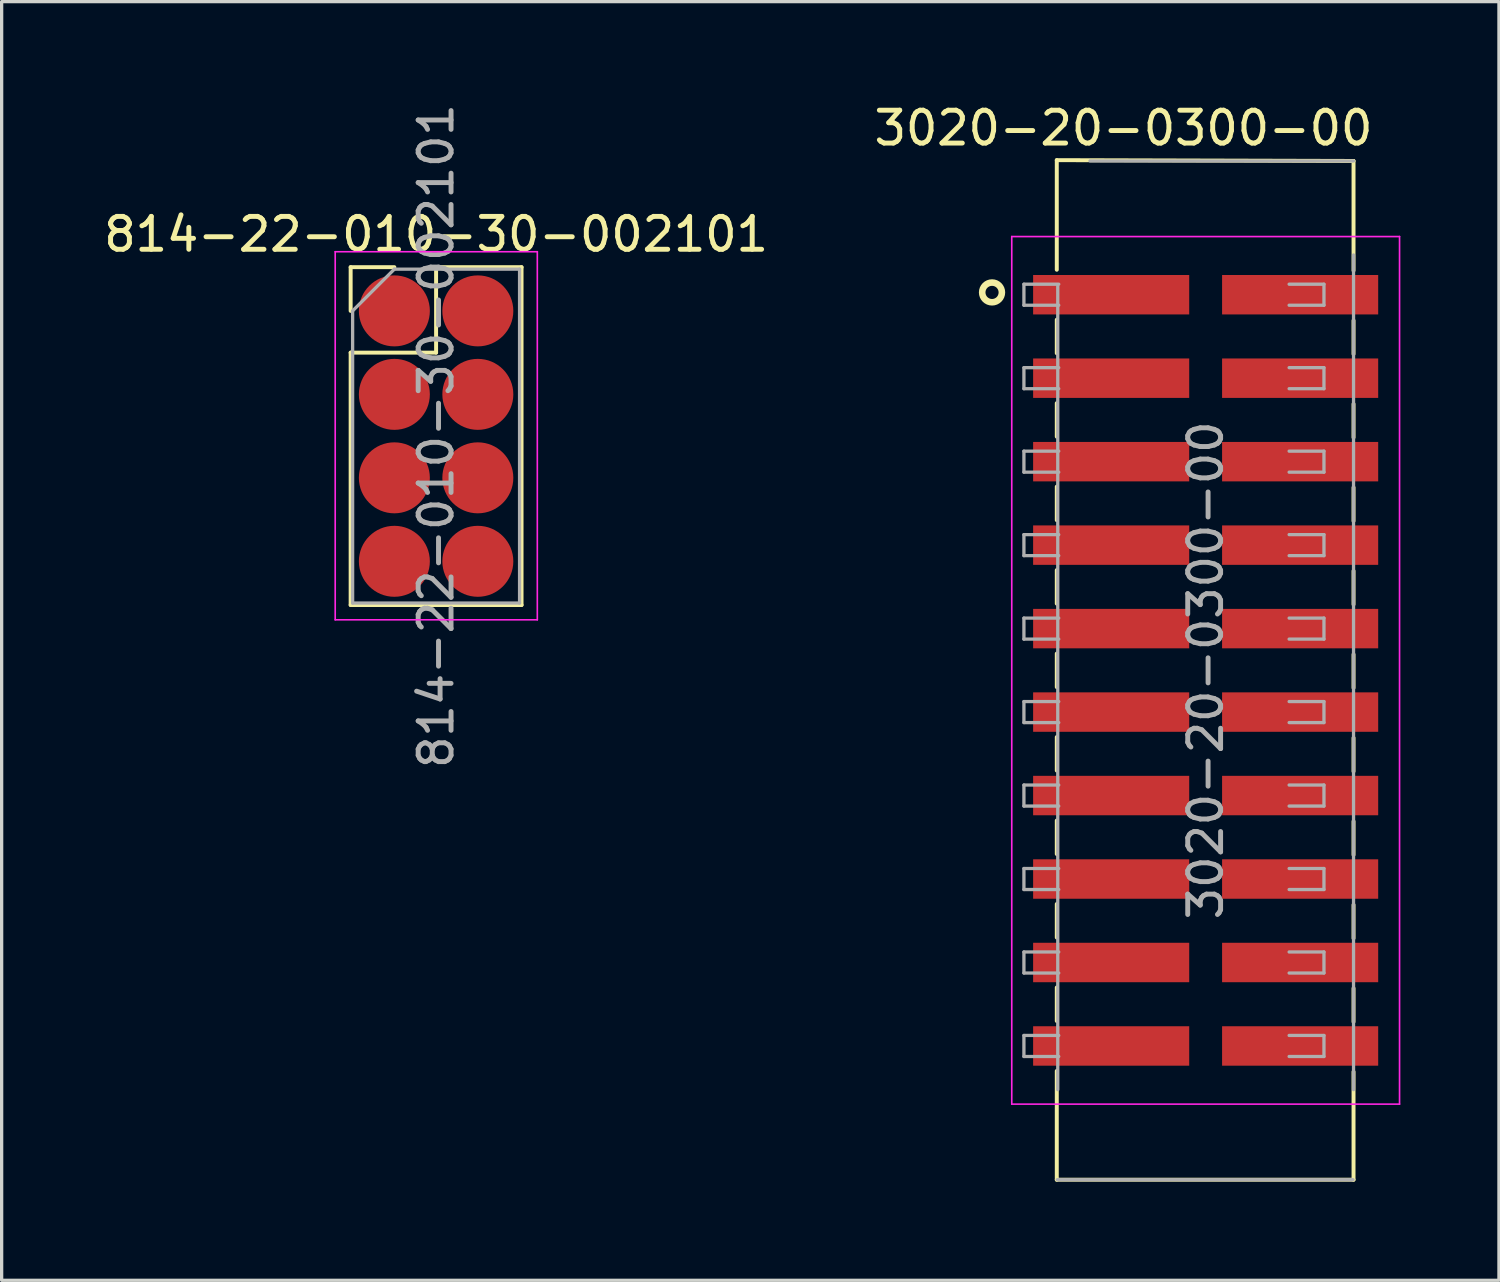
<source format=kicad_pcb>
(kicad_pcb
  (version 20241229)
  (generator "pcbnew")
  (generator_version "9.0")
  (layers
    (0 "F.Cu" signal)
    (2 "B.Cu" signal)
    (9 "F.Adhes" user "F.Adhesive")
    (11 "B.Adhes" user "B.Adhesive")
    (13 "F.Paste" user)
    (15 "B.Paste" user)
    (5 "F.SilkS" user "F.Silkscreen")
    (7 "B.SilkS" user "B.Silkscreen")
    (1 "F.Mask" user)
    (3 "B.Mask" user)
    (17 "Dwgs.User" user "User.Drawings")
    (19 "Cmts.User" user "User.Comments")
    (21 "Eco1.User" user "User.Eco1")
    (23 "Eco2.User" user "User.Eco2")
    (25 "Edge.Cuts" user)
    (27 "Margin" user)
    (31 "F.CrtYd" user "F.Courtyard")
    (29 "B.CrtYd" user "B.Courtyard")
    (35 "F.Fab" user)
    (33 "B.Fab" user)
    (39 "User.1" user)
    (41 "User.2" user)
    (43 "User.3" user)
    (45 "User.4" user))
  (footprint "814-22-010-30-002101"
    (layer "F.Cu")
    (at 8.95 6.41)
    (property "Reference" "814-22-010-30-002101" (at 1.27 -2.33 0) (layer "F.SilkS") (effects (font (size 1 1) (thickness 0.15))))
    (attr smd)
    (fp_line (start -1.33 -1.33) (end 0 -1.33) (stroke (width 0.12) (type solid)) (layer "F.SilkS"))
    (fp_line (start -1.33 0) (end -1.33 -1.33) (stroke (width 0.12) (type solid)) (layer "F.SilkS"))
    (fp_line (start -1.33 1.27) (end -1.33 8.95) (stroke (width 0.12) (type solid)) (layer "F.SilkS"))
    (fp_line (start -1.33 1.27) (end 1.27 1.27) (stroke (width 0.12) (type solid)) (layer "F.SilkS"))
    (fp_line (start -1.33 8.95) (end 3.87 8.95) (stroke (width 0.12) (type solid)) (layer "F.SilkS"))
    (fp_line (start 1.27 -1.33) (end 3.87 -1.33) (stroke (width 0.12) (type solid)) (layer "F.SilkS"))
    (fp_line (start 1.27 1.27) (end 1.27 -1.33) (stroke (width 0.12) (type solid)) (layer "F.SilkS"))
    (fp_line (start 3.87 -1.33) (end 3.87 8.95) (stroke (width 0.12) (type solid)) (layer "F.SilkS"))
    (fp_line (start -1.8 -1.8) (end -1.8 9.4) (stroke (width 0.05) (type solid)) (layer "F.CrtYd"))
    (fp_line (start -1.8 9.4) (end 4.35 9.4) (stroke (width 0.05) (type solid)) (layer "F.CrtYd"))
    (fp_line (start 4.35 -1.8) (end -1.8 -1.8) (stroke (width 0.05) (type solid)) (layer "F.CrtYd"))
    (fp_line (start 4.35 9.4) (end 4.35 -1.8) (stroke (width 0.05) (type solid)) (layer "F.CrtYd"))
    (fp_line (start -1.27 0) (end 0 -1.27) (stroke (width 0.1) (type solid)) (layer "F.Fab"))
    (fp_line (start -1.27 8.89) (end -1.27 0) (stroke (width 0.1) (type solid)) (layer "F.Fab"))
    (fp_line (start 0 -1.27) (end 3.81 -1.27) (stroke (width 0.1) (type solid)) (layer "F.Fab"))
    (fp_line (start 3.81 -1.27) (end 3.81 8.89) (stroke (width 0.1) (type solid)) (layer "F.Fab"))
    (fp_line (start 3.81 8.89) (end -1.27 8.89) (stroke (width 0.1) (type solid)) (layer "F.Fab"))
    (fp_text user "${REFERENCE}" (at 1.27 3.81 90) (layer "F.Fab") (effects (font (size 1 1) (thickness 0.15))))
    (pad "1" smd circle (at 0 0) (size 2.16 2.16) (layers "F.Cu" "F.Mask" "F.Paste"))
    (pad "2" smd circle (at 2.54 0) (size 2.16 2.16) (layers "F.Cu" "F.Mask" "F.Paste"))
    (pad "3" smd circle (at 0 2.54) (size 2.16 2.16) (layers "F.Cu" "F.Mask" "F.Paste"))
    (pad "4" smd circle (at 2.54 2.54) (size 2.16 2.16) (layers "F.Cu" "F.Mask" "F.Paste"))
    (pad "5" smd circle (at 0 5.08) (size 2.16 2.16) (layers "F.Cu" "F.Mask" "F.Paste"))
    (pad "6" smd circle (at 2.54 5.08) (size 2.16 2.16) (layers "F.Cu" "F.Mask" "F.Paste"))
    (pad "7" smd circle (at 0 7.62) (size 2.16 2.16) (layers "F.Cu" "F.Mask" "F.Paste"))
    (pad "8" smd circle (at 2.54 7.62) (size 2.16 2.16) (layers "F.Cu" "F.Mask" "F.Paste")))
  (footprint "3020-20-0300-00"
    (layer "F.Cu")
    (at 33.637 17.348)
    (property "Reference" "3020-20-0300-00" (at -2.5 -16.5 0) (layer "F.SilkS") (effects (font (size 1 1) (thickness 0.15))))
    (attr smd)
    (fp_line (start -4.53 -15.525) (end -4.53 -12.19) (stroke (width 0.12) (type solid)) (layer "F.SilkS"))
    (fp_line (start -4.53 -15.525) (end 4.5 -15.5) (stroke (width 0.12) (type solid)) (layer "F.SilkS"))
    (fp_line (start -4.53 -10.67) (end -4.53 -9.65) (stroke (width 0.12) (type solid)) (layer "F.SilkS"))
    (fp_line (start -4.53 -8.13) (end -4.53 -7.11) (stroke (width 0.12) (type solid)) (layer "F.SilkS"))
    (fp_line (start -4.53 -5.59) (end -4.53 -4.57) (stroke (width 0.12) (type solid)) (layer "F.SilkS"))
    (fp_line (start -4.53 -3.05) (end -4.53 -2.03) (stroke (width 0.12) (type solid)) (layer "F.SilkS"))
    (fp_line (start -4.53 -0.51) (end -4.53 0.51) (stroke (width 0.12) (type solid)) (layer "F.SilkS"))
    (fp_line (start -4.53 2.03) (end -4.53 3.05) (stroke (width 0.12) (type solid)) (layer "F.SilkS"))
    (fp_line (start -4.53 4.57) (end -4.53 5.59) (stroke (width 0.12) (type solid)) (layer "F.SilkS"))
    (fp_line (start -4.53 7.11) (end -4.53 8.13) (stroke (width 0.12) (type solid)) (layer "F.SilkS"))
    (fp_line (start -4.53 9.65) (end -4.53 10.67) (stroke (width 0.12) (type solid)) (layer "F.SilkS"))
    (fp_line (start -4.53 12.19) (end -4.53 15.5) (stroke (width 0.12) (type solid)) (layer "F.SilkS"))
    (fp_line (start -4.53 15.5) (end 4.5 15.5) (stroke (width 0.12) (type solid)) (layer "F.SilkS"))
    (fp_line (start 4.5 -15.5) (end 4.5 -12.165) (stroke (width 0.12) (type solid)) (layer "F.SilkS"))
    (fp_line (start 4.5 -10.645) (end 4.5 -9.625) (stroke (width 0.12) (type solid)) (layer "F.SilkS"))
    (fp_line (start 4.5 -8.105) (end 4.5 -7.085) (stroke (width 0.12) (type solid)) (layer "F.SilkS"))
    (fp_line (start 4.5 -5.565) (end 4.5 -4.545) (stroke (width 0.12) (type solid)) (layer "F.SilkS"))
    (fp_line (start 4.5 -3.025) (end 4.5 -2.005) (stroke (width 0.12) (type solid)) (layer "F.SilkS"))
    (fp_line (start 4.5 -0.485) (end 4.5 0.535) (stroke (width 0.12) (type solid)) (layer "F.SilkS"))
    (fp_line (start 4.5 2.055) (end 4.5 3.075) (stroke (width 0.12) (type solid)) (layer "F.SilkS"))
    (fp_line (start 4.5 4.595) (end 4.5 5.615) (stroke (width 0.12) (type solid)) (layer "F.SilkS"))
    (fp_line (start 4.5 7.135) (end 4.5 8.155) (stroke (width 0.12) (type solid)) (layer "F.SilkS"))
    (fp_line (start 4.5 9.675) (end 4.5 10.695) (stroke (width 0.12) (type solid)) (layer "F.SilkS"))
    (fp_line (start 4.5 12.215) (end 4.5 15.5) (stroke (width 0.12) (type solid)) (layer "F.SilkS"))
    (fp_circle (center -6.5 -11.5) (end -6.2 -11.5) (stroke (width 0.2) (type solid)) (fill no) (layer "F.SilkS"))
    (fp_line (start -5.9 -13.2) (end -5.9 13.2) (stroke (width 0.05) (type solid)) (layer "F.CrtYd"))
    (fp_line (start -5.9 13.2) (end 5.9 13.2) (stroke (width 0.05) (type solid)) (layer "F.CrtYd"))
    (fp_line (start 5.9 -13.2) (end -5.9 -13.2) (stroke (width 0.05) (type solid)) (layer "F.CrtYd"))
    (fp_line (start 5.9 13.2) (end 5.9 -13.2) (stroke (width 0.05) (type solid)) (layer "F.CrtYd"))
    (fp_line (start -5.53 -11.75) (end -5.53 -11.11) (stroke (width 0.1) (type solid)) (layer "F.Fab"))
    (fp_line (start -5.53 -11.11) (end -4.47 -11.11) (stroke (width 0.1) (type solid)) (layer "F.Fab"))
    (fp_line (start -5.53 -9.21) (end -5.53 -8.57) (stroke (width 0.1) (type solid)) (layer "F.Fab"))
    (fp_line (start -5.53 -8.57) (end -4.47 -8.57) (stroke (width 0.1) (type solid)) (layer "F.Fab"))
    (fp_line (start -5.53 -6.67) (end -5.53 -6.03) (stroke (width 0.1) (type solid)) (layer "F.Fab"))
    (fp_line (start -5.53 -6.03) (end -4.47 -6.03) (stroke (width 0.1) (type solid)) (layer "F.Fab"))
    (fp_line (start -5.53 -4.13) (end -5.53 -3.49) (stroke (width 0.1) (type solid)) (layer "F.Fab"))
    (fp_line (start -5.53 -3.49) (end -4.47 -3.49) (stroke (width 0.1) (type solid)) (layer "F.Fab"))
    (fp_line (start -5.53 -1.59) (end -5.53 -0.95) (stroke (width 0.1) (type solid)) (layer "F.Fab"))
    (fp_line (start -5.53 -0.95) (end -4.47 -0.95) (stroke (width 0.1) (type solid)) (layer "F.Fab"))
    (fp_line (start -5.53 0.95) (end -5.53 1.59) (stroke (width 0.1) (type solid)) (layer "F.Fab"))
    (fp_line (start -5.53 1.59) (end -4.47 1.59) (stroke (width 0.1) (type solid)) (layer "F.Fab"))
    (fp_line (start -5.53 3.49) (end -5.53 4.13) (stroke (width 0.1) (type solid)) (layer "F.Fab"))
    (fp_line (start -5.53 4.13) (end -4.47 4.13) (stroke (width 0.1) (type solid)) (layer "F.Fab"))
    (fp_line (start -5.53 6.03) (end -5.53 6.67) (stroke (width 0.1) (type solid)) (layer "F.Fab"))
    (fp_line (start -5.53 6.67) (end -4.47 6.67) (stroke (width 0.1) (type solid)) (layer "F.Fab"))
    (fp_line (start -5.53 8.57) (end -5.53 9.21) (stroke (width 0.1) (type solid)) (layer "F.Fab"))
    (fp_line (start -5.53 9.21) (end -4.47 9.21) (stroke (width 0.1) (type solid)) (layer "F.Fab"))
    (fp_line (start -5.53 11.11) (end -5.53 11.75) (stroke (width 0.1) (type solid)) (layer "F.Fab"))
    (fp_line (start -5.53 11.75) (end -4.47 11.75) (stroke (width 0.1) (type solid)) (layer "F.Fab"))
    (fp_line (start -4.5 12.76) (end -4.5 -11.69) (stroke (width 0.1) (type solid)) (layer "F.Fab"))
    (fp_line (start -4.47 -11.75) (end -5.53 -11.75) (stroke (width 0.1) (type solid)) (layer "F.Fab"))
    (fp_line (start -4.47 -9.21) (end -5.53 -9.21) (stroke (width 0.1) (type solid)) (layer "F.Fab"))
    (fp_line (start -4.47 -6.67) (end -5.53 -6.67) (stroke (width 0.1) (type solid)) (layer "F.Fab"))
    (fp_line (start -4.47 -4.13) (end -5.53 -4.13) (stroke (width 0.1) (type solid)) (layer "F.Fab"))
    (fp_line (start -4.47 -1.59) (end -5.53 -1.59) (stroke (width 0.1) (type solid)) (layer "F.Fab"))
    (fp_line (start -4.47 0.95) (end -5.53 0.95) (stroke (width 0.1) (type solid)) (layer "F.Fab"))
    (fp_line (start -4.47 3.49) (end -5.53 3.49) (stroke (width 0.1) (type solid)) (layer "F.Fab"))
    (fp_line (start -4.47 6.03) (end -5.53 6.03) (stroke (width 0.1) (type solid)) (layer "F.Fab"))
    (fp_line (start -4.47 8.57) (end -5.53 8.57) (stroke (width 0.1) (type solid)) (layer "F.Fab"))
    (fp_line (start -4.47 11.11) (end -5.53 11.11) (stroke (width 0.1) (type solid)) (layer "F.Fab"))
    (fp_line (start -3.52 -15.5) (end 4.5 -15.5) (stroke (width 0.1) (type solid)) (layer "F.Fab"))
    (fp_line (start 2.54 -11.75) (end 3.6 -11.75) (stroke (width 0.1) (type solid)) (layer "F.Fab"))
    (fp_line (start 2.54 -9.21) (end 3.6 -9.21) (stroke (width 0.1) (type solid)) (layer "F.Fab"))
    (fp_line (start 2.54 -6.67) (end 3.6 -6.67) (stroke (width 0.1) (type solid)) (layer "F.Fab"))
    (fp_line (start 2.54 -4.13) (end 3.6 -4.13) (stroke (width 0.1) (type solid)) (layer "F.Fab"))
    (fp_line (start 2.54 -1.59) (end 3.6 -1.59) (stroke (width 0.1) (type solid)) (layer "F.Fab"))
    (fp_line (start 2.54 0.95) (end 3.6 0.95) (stroke (width 0.1) (type solid)) (layer "F.Fab"))
    (fp_line (start 2.54 3.49) (end 3.6 3.49) (stroke (width 0.1) (type solid)) (layer "F.Fab"))
    (fp_line (start 2.54 6.03) (end 3.6 6.03) (stroke (width 0.1) (type solid)) (layer "F.Fab"))
    (fp_line (start 2.54 8.57) (end 3.6 8.57) (stroke (width 0.1) (type solid)) (layer "F.Fab"))
    (fp_line (start 2.54 11.11) (end 3.6 11.11) (stroke (width 0.1) (type solid)) (layer "F.Fab"))
    (fp_line (start 3.6 -11.75) (end 3.6 -11.11) (stroke (width 0.1) (type solid)) (layer "F.Fab"))
    (fp_line (start 3.6 -11.11) (end 2.54 -11.11) (stroke (width 0.1) (type solid)) (layer "F.Fab"))
    (fp_line (start 3.6 -9.21) (end 3.6 -8.57) (stroke (width 0.1) (type solid)) (layer "F.Fab"))
    (fp_line (start 3.6 -8.57) (end 2.54 -8.57) (stroke (width 0.1) (type solid)) (layer "F.Fab"))
    (fp_line (start 3.6 -6.67) (end 3.6 -6.03) (stroke (width 0.1) (type solid)) (layer "F.Fab"))
    (fp_line (start 3.6 -6.03) (end 2.54 -6.03) (stroke (width 0.1) (type solid)) (layer "F.Fab"))
    (fp_line (start 3.6 -4.13) (end 3.6 -3.49) (stroke (width 0.1) (type solid)) (layer "F.Fab"))
    (fp_line (start 3.6 -3.49) (end 2.54 -3.49) (stroke (width 0.1) (type solid)) (layer "F.Fab"))
    (fp_line (start 3.6 -1.59) (end 3.6 -0.95) (stroke (width 0.1) (type solid)) (layer "F.Fab"))
    (fp_line (start 3.6 -0.95) (end 2.54 -0.95) (stroke (width 0.1) (type solid)) (layer "F.Fab"))
    (fp_line (start 3.6 0.95) (end 3.6 1.59) (stroke (width 0.1) (type solid)) (layer "F.Fab"))
    (fp_line (start 3.6 1.59) (end 2.54 1.59) (stroke (width 0.1) (type solid)) (layer "F.Fab"))
    (fp_line (start 3.6 3.49) (end 3.6 4.13) (stroke (width 0.1) (type solid)) (layer "F.Fab"))
    (fp_line (start 3.6 4.13) (end 2.54 4.13) (stroke (width 0.1) (type solid)) (layer "F.Fab"))
    (fp_line (start 3.6 6.03) (end 3.6 6.67) (stroke (width 0.1) (type solid)) (layer "F.Fab"))
    (fp_line (start 3.6 6.67) (end 2.54 6.67) (stroke (width 0.1) (type solid)) (layer "F.Fab"))
    (fp_line (start 3.6 8.57) (end 3.6 9.21) (stroke (width 0.1) (type solid)) (layer "F.Fab"))
    (fp_line (start 3.6 9.21) (end 2.54 9.21) (stroke (width 0.1) (type solid)) (layer "F.Fab"))
    (fp_line (start 3.6 11.11) (end 3.6 11.75) (stroke (width 0.1) (type solid)) (layer "F.Fab"))
    (fp_line (start 3.6 11.75) (end 2.54 11.75) (stroke (width 0.1) (type solid)) (layer "F.Fab"))
    (fp_line (start 4.485 15.5) (end -4.515 15.5) (stroke (width 0.1) (type solid)) (layer "F.Fab"))
    (fp_line (start 4.5 -12.64) (end 4.5 12.76) (stroke (width 0.1) (type solid)) (layer "F.Fab"))
    (fp_text user "${REFERENCE}" (at 0 0 90) (layer "F.Fab") (effects (font (size 1 1) (thickness 0.15))))
    (pad "1" smd rect (at -2.875 -11.43) (size 4.75 1.2) (layers "F.Cu" "F.Mask" "F.Paste"))
    (pad "2" smd rect (at 2.875 -11.43) (size 4.75 1.2) (layers "F.Cu" "F.Mask" "F.Paste"))
    (pad "3" smd rect (at -2.875 -8.89) (size 4.75 1.2) (layers "F.Cu" "F.Mask" "F.Paste"))
    (pad "4" smd rect (at 2.875 -8.89) (size 4.75 1.2) (layers "F.Cu" "F.Mask" "F.Paste"))
    (pad "5" smd rect (at -2.875 -6.35) (size 4.75 1.2) (layers "F.Cu" "F.Mask" "F.Paste"))
    (pad "6" smd rect (at 2.875 -6.35) (size 4.75 1.2) (layers "F.Cu" "F.Mask" "F.Paste"))
    (pad "7" smd rect (at -2.875 -3.81) (size 4.75 1.2) (layers "F.Cu" "F.Mask" "F.Paste"))
    (pad "8" smd rect (at 2.875 -3.81) (size 4.75 1.2) (layers "F.Cu" "F.Mask" "F.Paste"))
    (pad "9" smd rect (at -2.875 -1.27) (size 4.75 1.2) (layers "F.Cu" "F.Mask" "F.Paste"))
    (pad "10" smd rect (at 2.875 -1.27) (size 4.75 1.2) (layers "F.Cu" "F.Mask" "F.Paste"))
    (pad "11" smd rect (at -2.875 1.27) (size 4.75 1.2) (layers "F.Cu" "F.Mask" "F.Paste"))
    (pad "12" smd rect (at 2.875 1.27) (size 4.75 1.2) (layers "F.Cu" "F.Mask" "F.Paste"))
    (pad "13" smd rect (at -2.875 3.81) (size 4.75 1.2) (layers "F.Cu" "F.Mask" "F.Paste"))
    (pad "14" smd rect (at 2.875 3.81) (size 4.75 1.2) (layers "F.Cu" "F.Mask" "F.Paste"))
    (pad "15" smd rect (at -2.875 6.35) (size 4.75 1.2) (layers "F.Cu" "F.Mask" "F.Paste"))
    (pad "16" smd rect (at 2.875 6.35) (size 4.75 1.2) (layers "F.Cu" "F.Mask" "F.Paste"))
    (pad "17" smd rect (at -2.875 8.89) (size 4.75 1.2) (layers "F.Cu" "F.Mask" "F.Paste"))
    (pad "18" smd rect (at 2.875 8.89) (size 4.75 1.2) (layers "F.Cu" "F.Mask" "F.Paste"))
    (pad "19" smd rect (at -2.875 11.43) (size 4.75 1.2) (layers "F.Cu" "F.Mask" "F.Paste"))
    (pad "20" smd rect (at 2.875 11.43) (size 4.75 1.2) (layers "F.Cu" "F.Mask" "F.Paste")))
  (gr_rect
    (start -3 -3)
    (end 42.562 35.908)
    (stroke (width 0.1) (type default))
    (fill no)
    (layer "Edge.Cuts")))
</source>
